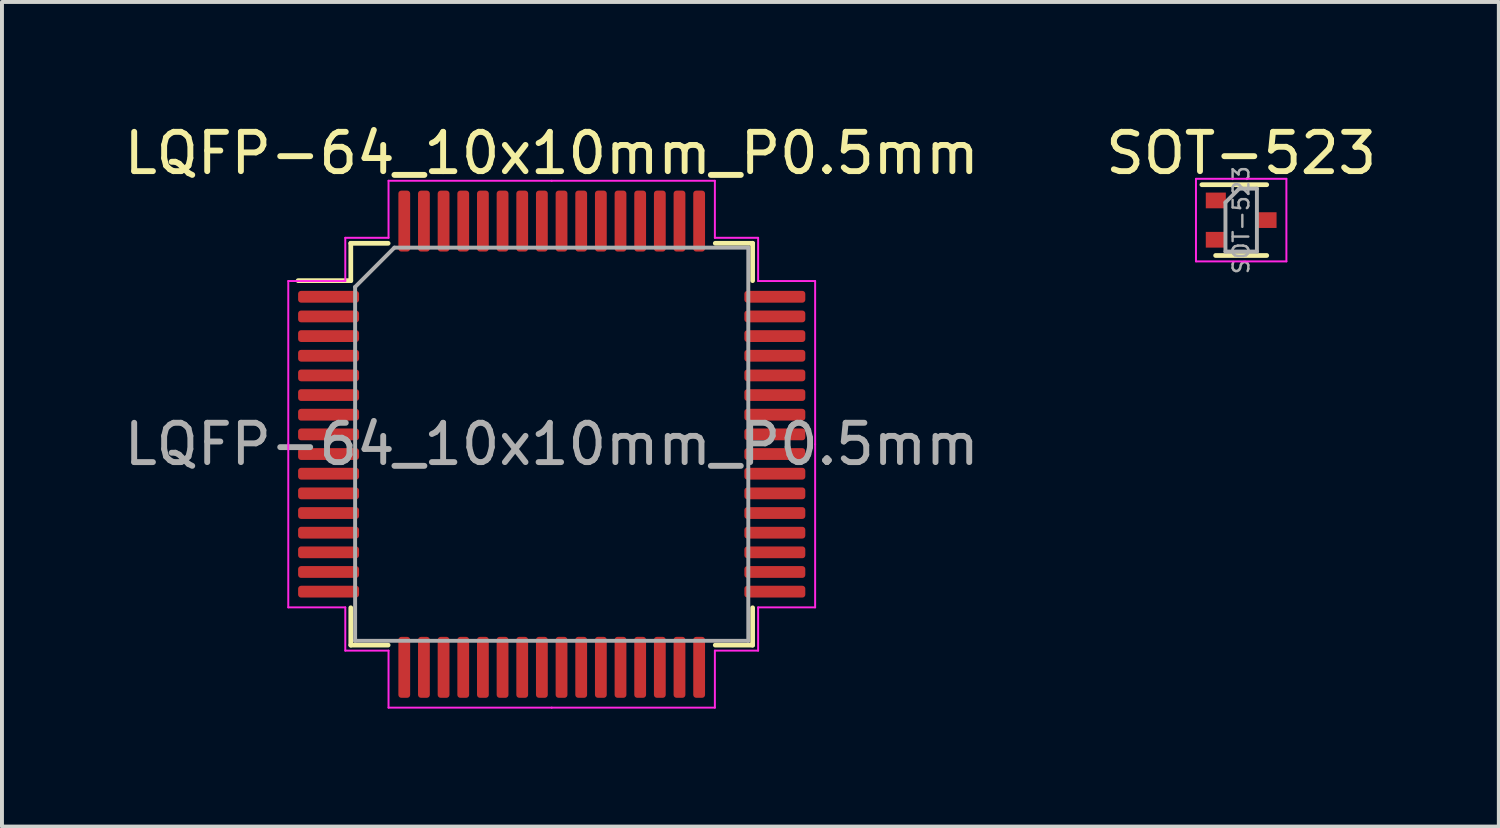
<source format=kicad_pcb>
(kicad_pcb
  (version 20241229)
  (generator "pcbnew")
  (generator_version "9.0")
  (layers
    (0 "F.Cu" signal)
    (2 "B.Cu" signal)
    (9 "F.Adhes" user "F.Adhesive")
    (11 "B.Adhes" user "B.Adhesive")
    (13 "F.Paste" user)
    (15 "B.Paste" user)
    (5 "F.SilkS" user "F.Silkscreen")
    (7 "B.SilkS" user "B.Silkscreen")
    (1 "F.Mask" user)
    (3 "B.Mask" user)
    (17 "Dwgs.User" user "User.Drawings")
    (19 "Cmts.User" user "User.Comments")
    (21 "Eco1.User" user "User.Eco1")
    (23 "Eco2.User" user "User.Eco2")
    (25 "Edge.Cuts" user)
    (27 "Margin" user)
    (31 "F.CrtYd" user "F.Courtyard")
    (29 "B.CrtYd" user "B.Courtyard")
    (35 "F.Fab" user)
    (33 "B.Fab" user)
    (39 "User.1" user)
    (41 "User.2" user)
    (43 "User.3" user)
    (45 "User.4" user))
  (footprint "SOT-523"
    (layer "F.Cu")
    (at 28.518 2.548)
    (property "Reference" "SOT-523" (at 0 -1.7 180) (layer "F.SilkS") (effects (font (size 1 1) (thickness 0.15))))
    (attr smd)
    (fp_line (start -1 -0.9) (end 0.65 -0.9) (stroke (width 0.12) (type solid)) (layer "F.SilkS"))
    (fp_line (start 0.65 0.9) (end -0.65 0.9) (stroke (width 0.12) (type solid)) (layer "F.SilkS"))
    (fp_line (start -1.15 -1.05) (end -1.15 1.05) (stroke (width 0.05) (type solid)) (layer "F.CrtYd"))
    (fp_line (start -1.15 -1.05) (end 1.15 -1.05) (stroke (width 0.05) (type solid)) (layer "F.CrtYd"))
    (fp_line (start 1.15 1.05) (end -1.15 1.05) (stroke (width 0.05) (type solid)) (layer "F.CrtYd"))
    (fp_line (start 1.15 1.05) (end 1.15 -1.05) (stroke (width 0.05) (type solid)) (layer "F.CrtYd"))
    (fp_line (start -0.4 -0.45) (end -0.4 0.8) (stroke (width 0.1) (type solid)) (layer "F.Fab"))
    (fp_line (start -0.4 -0.45) (end -0.05 -0.8) (stroke (width 0.1) (type solid)) (layer "F.Fab"))
    (fp_line (start -0.4 0.8) (end 0.4 0.8) (stroke (width 0.1) (type solid)) (layer "F.Fab"))
    (fp_line (start 0.4 -0.8) (end -0.05 -0.8) (stroke (width 0.1) (type solid)) (layer "F.Fab"))
    (fp_line (start 0.4 0.8) (end 0.4 -0.8) (stroke (width 0.1) (type solid)) (layer "F.Fab"))
    (fp_text user "${REFERENCE}" (at 0 0 90) (layer "F.Fab") (effects (font (size 0.4 0.4) (thickness 0.062))))
    (pad "1" smd rect (at -0.645 -0.5 180) (size 0.51 0.4) (layers "F.Cu" "F.Mask" "F.Paste"))
    (pad "2" smd rect (at -0.645 0.5 180) (size 0.51 0.4) (layers "F.Cu" "F.Mask" "F.Paste"))
    (pad "3" smd rect (at 0.645 0 180) (size 0.51 0.4) (layers "F.Cu" "F.Mask" "F.Paste")))
  (footprint "LQFP-64_10x10mm_P0.5mm"
    (layer "F.Cu")
    (at 10.982 8.248)
    (property "Reference" "LQFP-64_10x10mm_P0.5mm" (at 0 -7.4 180) (layer "F.SilkS") (effects (font (size 1 1) (thickness 0.15))))
    (attr smd)
    (fp_line (start -5.11 -5.11) (end -5.11 -4.16) (stroke (width 0.12) (type solid)) (layer "F.SilkS"))
    (fp_line (start -5.11 -4.16) (end -6.45 -4.16) (stroke (width 0.12) (type solid)) (layer "F.SilkS"))
    (fp_line (start -5.11 5.11) (end -5.11 4.16) (stroke (width 0.12) (type solid)) (layer "F.SilkS"))
    (fp_line (start -4.16 -5.11) (end -5.11 -5.11) (stroke (width 0.12) (type solid)) (layer "F.SilkS"))
    (fp_line (start -4.16 5.11) (end -5.11 5.11) (stroke (width 0.12) (type solid)) (layer "F.SilkS"))
    (fp_line (start 4.16 -5.11) (end 5.11 -5.11) (stroke (width 0.12) (type solid)) (layer "F.SilkS"))
    (fp_line (start 4.16 5.11) (end 5.11 5.11) (stroke (width 0.12) (type solid)) (layer "F.SilkS"))
    (fp_line (start 5.11 -5.11) (end 5.11 -4.16) (stroke (width 0.12) (type solid)) (layer "F.SilkS"))
    (fp_line (start 5.11 5.11) (end 5.11 4.16) (stroke (width 0.12) (type solid)) (layer "F.SilkS"))
    (fp_line (start -6.7 -4.15) (end -6.7 0) (stroke (width 0.05) (type solid)) (layer "F.CrtYd"))
    (fp_line (start -6.7 4.15) (end -6.7 0) (stroke (width 0.05) (type solid)) (layer "F.CrtYd"))
    (fp_line (start -5.25 -5.25) (end -5.25 -4.15) (stroke (width 0.05) (type solid)) (layer "F.CrtYd"))
    (fp_line (start -5.25 -4.15) (end -6.7 -4.15) (stroke (width 0.05) (type solid)) (layer "F.CrtYd"))
    (fp_line (start -5.25 4.15) (end -6.7 4.15) (stroke (width 0.05) (type solid)) (layer "F.CrtYd"))
    (fp_line (start -5.25 5.25) (end -5.25 4.15) (stroke (width 0.05) (type solid)) (layer "F.CrtYd"))
    (fp_line (start -4.15 -6.7) (end -4.15 -5.25) (stroke (width 0.05) (type solid)) (layer "F.CrtYd"))
    (fp_line (start -4.15 -5.25) (end -5.25 -5.25) (stroke (width 0.05) (type solid)) (layer "F.CrtYd"))
    (fp_line (start -4.15 5.25) (end -5.25 5.25) (stroke (width 0.05) (type solid)) (layer "F.CrtYd"))
    (fp_line (start -4.15 6.7) (end -4.15 5.25) (stroke (width 0.05) (type solid)) (layer "F.CrtYd"))
    (fp_line (start 0 -6.7) (end -4.15 -6.7) (stroke (width 0.05) (type solid)) (layer "F.CrtYd"))
    (fp_line (start 0 -6.7) (end 4.15 -6.7) (stroke (width 0.05) (type solid)) (layer "F.CrtYd"))
    (fp_line (start 0 6.7) (end -4.15 6.7) (stroke (width 0.05) (type solid)) (layer "F.CrtYd"))
    (fp_line (start 0 6.7) (end 4.15 6.7) (stroke (width 0.05) (type solid)) (layer "F.CrtYd"))
    (fp_line (start 4.15 -6.7) (end 4.15 -5.25) (stroke (width 0.05) (type solid)) (layer "F.CrtYd"))
    (fp_line (start 4.15 -5.25) (end 5.25 -5.25) (stroke (width 0.05) (type solid)) (layer "F.CrtYd"))
    (fp_line (start 4.15 5.25) (end 5.25 5.25) (stroke (width 0.05) (type solid)) (layer "F.CrtYd"))
    (fp_line (start 4.15 6.7) (end 4.15 5.25) (stroke (width 0.05) (type solid)) (layer "F.CrtYd"))
    (fp_line (start 5.25 -5.25) (end 5.25 -4.15) (stroke (width 0.05) (type solid)) (layer "F.CrtYd"))
    (fp_line (start 5.25 -4.15) (end 6.7 -4.15) (stroke (width 0.05) (type solid)) (layer "F.CrtYd"))
    (fp_line (start 5.25 4.15) (end 6.7 4.15) (stroke (width 0.05) (type solid)) (layer "F.CrtYd"))
    (fp_line (start 5.25 5.25) (end 5.25 4.15) (stroke (width 0.05) (type solid)) (layer "F.CrtYd"))
    (fp_line (start 6.7 -4.15) (end 6.7 0) (stroke (width 0.05) (type solid)) (layer "F.CrtYd"))
    (fp_line (start 6.7 4.15) (end 6.7 0) (stroke (width 0.05) (type solid)) (layer "F.CrtYd"))
    (fp_line (start -5 -4) (end -4 -5) (stroke (width 0.1) (type solid)) (layer "F.Fab"))
    (fp_line (start -5 5) (end -5 -4) (stroke (width 0.1) (type solid)) (layer "F.Fab"))
    (fp_line (start -4 -5) (end 5 -5) (stroke (width 0.1) (type solid)) (layer "F.Fab"))
    (fp_line (start 5 -5) (end 5 5) (stroke (width 0.1) (type solid)) (layer "F.Fab"))
    (fp_line (start 5 5) (end -5 5) (stroke (width 0.1) (type solid)) (layer "F.Fab"))
    (fp_text user "${REFERENCE}" (at 0 0 180) (layer "F.Fab") (effects (font (size 1 1) (thickness 0.15))))
    (pad "1" smd roundrect (at -5.675 -3.75) (size 1.55 0.3) (layers "F.Cu" "F.Mask" "F.Paste") (roundrect_rratio 0.25))
    (pad "2" smd roundrect (at -5.675 -3.25) (size 1.55 0.3) (layers "F.Cu" "F.Mask" "F.Paste") (roundrect_rratio 0.25))
    (pad "3" smd roundrect (at -5.675 -2.75) (size 1.55 0.3) (layers "F.Cu" "F.Mask" "F.Paste") (roundrect_rratio 0.25))
    (pad "4" smd roundrect (at -5.675 -2.25) (size 1.55 0.3) (layers "F.Cu" "F.Mask" "F.Paste") (roundrect_rratio 0.25))
    (pad "5" smd roundrect (at -5.675 -1.75) (size 1.55 0.3) (layers "F.Cu" "F.Mask" "F.Paste") (roundrect_rratio 0.25))
    (pad "6" smd roundrect (at -5.675 -1.25) (size 1.55 0.3) (layers "F.Cu" "F.Mask" "F.Paste") (roundrect_rratio 0.25))
    (pad "7" smd roundrect (at -5.675 -0.75) (size 1.55 0.3) (layers "F.Cu" "F.Mask" "F.Paste") (roundrect_rratio 0.25))
    (pad "8" smd roundrect (at -5.675 -0.25) (size 1.55 0.3) (layers "F.Cu" "F.Mask" "F.Paste") (roundrect_rratio 0.25))
    (pad "9" smd roundrect (at -5.675 0.25) (size 1.55 0.3) (layers "F.Cu" "F.Mask" "F.Paste") (roundrect_rratio 0.25))
    (pad "10" smd roundrect (at -5.675 0.75) (size 1.55 0.3) (layers "F.Cu" "F.Mask" "F.Paste") (roundrect_rratio 0.25))
    (pad "11" smd roundrect (at -5.675 1.25) (size 1.55 0.3) (layers "F.Cu" "F.Mask" "F.Paste") (roundrect_rratio 0.25))
    (pad "12" smd roundrect (at -5.675 1.75) (size 1.55 0.3) (layers "F.Cu" "F.Mask" "F.Paste") (roundrect_rratio 0.25))
    (pad "13" smd roundrect (at -5.675 2.25) (size 1.55 0.3) (layers "F.Cu" "F.Mask" "F.Paste") (roundrect_rratio 0.25))
    (pad "14" smd roundrect (at -5.675 2.75) (size 1.55 0.3) (layers "F.Cu" "F.Mask" "F.Paste") (roundrect_rratio 0.25))
    (pad "15" smd roundrect (at -5.675 3.25) (size 1.55 0.3) (layers "F.Cu" "F.Mask" "F.Paste") (roundrect_rratio 0.25))
    (pad "16" smd roundrect (at -5.675 3.75) (size 1.55 0.3) (layers "F.Cu" "F.Mask" "F.Paste") (roundrect_rratio 0.25))
    (pad "17" smd roundrect (at -3.75 5.675) (size 0.3 1.55) (layers "F.Cu" "F.Mask" "F.Paste") (roundrect_rratio 0.25))
    (pad "18" smd roundrect (at -3.25 5.675) (size 0.3 1.55) (layers "F.Cu" "F.Mask" "F.Paste") (roundrect_rratio 0.25))
    (pad "19" smd roundrect (at -2.75 5.675) (size 0.3 1.55) (layers "F.Cu" "F.Mask" "F.Paste") (roundrect_rratio 0.25))
    (pad "20" smd roundrect (at -2.25 5.675) (size 0.3 1.55) (layers "F.Cu" "F.Mask" "F.Paste") (roundrect_rratio 0.25))
    (pad "21" smd roundrect (at -1.75 5.675) (size 0.3 1.55) (layers "F.Cu" "F.Mask" "F.Paste") (roundrect_rratio 0.25))
    (pad "22" smd roundrect (at -1.25 5.675) (size 0.3 1.55) (layers "F.Cu" "F.Mask" "F.Paste") (roundrect_rratio 0.25))
    (pad "23" smd roundrect (at -0.75 5.675) (size 0.3 1.55) (layers "F.Cu" "F.Mask" "F.Paste") (roundrect_rratio 0.25))
    (pad "24" smd roundrect (at -0.25 5.675) (size 0.3 1.55) (layers "F.Cu" "F.Mask" "F.Paste") (roundrect_rratio 0.25))
    (pad "25" smd roundrect (at 0.25 5.675) (size 0.3 1.55) (layers "F.Cu" "F.Mask" "F.Paste") (roundrect_rratio 0.25))
    (pad "26" smd roundrect (at 0.75 5.675) (size 0.3 1.55) (layers "F.Cu" "F.Mask" "F.Paste") (roundrect_rratio 0.25))
    (pad "27" smd roundrect (at 1.25 5.675) (size 0.3 1.55) (layers "F.Cu" "F.Mask" "F.Paste") (roundrect_rratio 0.25))
    (pad "28" smd roundrect (at 1.75 5.675) (size 0.3 1.55) (layers "F.Cu" "F.Mask" "F.Paste") (roundrect_rratio 0.25))
    (pad "29" smd roundrect (at 2.25 5.675) (size 0.3 1.55) (layers "F.Cu" "F.Mask" "F.Paste") (roundrect_rratio 0.25))
    (pad "30" smd roundrect (at 2.75 5.675) (size 0.3 1.55) (layers "F.Cu" "F.Mask" "F.Paste") (roundrect_rratio 0.25))
    (pad "31" smd roundrect (at 3.25 5.675) (size 0.3 1.55) (layers "F.Cu" "F.Mask" "F.Paste") (roundrect_rratio 0.25))
    (pad "32" smd roundrect (at 3.75 5.675) (size 0.3 1.55) (layers "F.Cu" "F.Mask" "F.Paste") (roundrect_rratio 0.25))
    (pad "33" smd roundrect (at 5.675 3.75) (size 1.55 0.3) (layers "F.Cu" "F.Mask" "F.Paste") (roundrect_rratio 0.25))
    (pad "34" smd roundrect (at 5.675 3.25) (size 1.55 0.3) (layers "F.Cu" "F.Mask" "F.Paste") (roundrect_rratio 0.25))
    (pad "35" smd roundrect (at 5.675 2.75) (size 1.55 0.3) (layers "F.Cu" "F.Mask" "F.Paste") (roundrect_rratio 0.25))
    (pad "36" smd roundrect (at 5.675 2.25) (size 1.55 0.3) (layers "F.Cu" "F.Mask" "F.Paste") (roundrect_rratio 0.25))
    (pad "37" smd roundrect (at 5.675 1.75) (size 1.55 0.3) (layers "F.Cu" "F.Mask" "F.Paste") (roundrect_rratio 0.25))
    (pad "38" smd roundrect (at 5.675 1.25) (size 1.55 0.3) (layers "F.Cu" "F.Mask" "F.Paste") (roundrect_rratio 0.25))
    (pad "39" smd roundrect (at 5.675 0.75) (size 1.55 0.3) (layers "F.Cu" "F.Mask" "F.Paste") (roundrect_rratio 0.25))
    (pad "40" smd roundrect (at 5.675 0.25) (size 1.55 0.3) (layers "F.Cu" "F.Mask" "F.Paste") (roundrect_rratio 0.25))
    (pad "41" smd roundrect (at 5.675 -0.25) (size 1.55 0.3) (layers "F.Cu" "F.Mask" "F.Paste") (roundrect_rratio 0.25))
    (pad "42" smd roundrect (at 5.675 -0.75) (size 1.55 0.3) (layers "F.Cu" "F.Mask" "F.Paste") (roundrect_rratio 0.25))
    (pad "43" smd roundrect (at 5.675 -1.25) (size 1.55 0.3) (layers "F.Cu" "F.Mask" "F.Paste") (roundrect_rratio 0.25))
    (pad "44" smd roundrect (at 5.675 -1.75) (size 1.55 0.3) (layers "F.Cu" "F.Mask" "F.Paste") (roundrect_rratio 0.25))
    (pad "45" smd roundrect (at 5.675 -2.25) (size 1.55 0.3) (layers "F.Cu" "F.Mask" "F.Paste") (roundrect_rratio 0.25))
    (pad "46" smd roundrect (at 5.675 -2.75) (size 1.55 0.3) (layers "F.Cu" "F.Mask" "F.Paste") (roundrect_rratio 0.25))
    (pad "47" smd roundrect (at 5.675 -3.25) (size 1.55 0.3) (layers "F.Cu" "F.Mask" "F.Paste") (roundrect_rratio 0.25))
    (pad "48" smd roundrect (at 5.675 -3.75) (size 1.55 0.3) (layers "F.Cu" "F.Mask" "F.Paste") (roundrect_rratio 0.25))
    (pad "49" smd roundrect (at 3.75 -5.675) (size 0.3 1.55) (layers "F.Cu" "F.Mask" "F.Paste") (roundrect_rratio 0.25))
    (pad "50" smd roundrect (at 3.25 -5.675) (size 0.3 1.55) (layers "F.Cu" "F.Mask" "F.Paste") (roundrect_rratio 0.25))
    (pad "51" smd roundrect (at 2.75 -5.675) (size 0.3 1.55) (layers "F.Cu" "F.Mask" "F.Paste") (roundrect_rratio 0.25))
    (pad "52" smd roundrect (at 2.25 -5.675) (size 0.3 1.55) (layers "F.Cu" "F.Mask" "F.Paste") (roundrect_rratio 0.25))
    (pad "53" smd roundrect (at 1.75 -5.675) (size 0.3 1.55) (layers "F.Cu" "F.Mask" "F.Paste") (roundrect_rratio 0.25))
    (pad "54" smd roundrect (at 1.25 -5.675) (size 0.3 1.55) (layers "F.Cu" "F.Mask" "F.Paste") (roundrect_rratio 0.25))
    (pad "55" smd roundrect (at 0.75 -5.675) (size 0.3 1.55) (layers "F.Cu" "F.Mask" "F.Paste") (roundrect_rratio 0.25))
    (pad "56" smd roundrect (at 0.25 -5.675) (size 0.3 1.55) (layers "F.Cu" "F.Mask" "F.Paste") (roundrect_rratio 0.25))
    (pad "57" smd roundrect (at -0.25 -5.675) (size 0.3 1.55) (layers "F.Cu" "F.Mask" "F.Paste") (roundrect_rratio 0.25))
    (pad "58" smd roundrect (at -0.75 -5.675) (size 0.3 1.55) (layers "F.Cu" "F.Mask" "F.Paste") (roundrect_rratio 0.25))
    (pad "59" smd roundrect (at -1.25 -5.675) (size 0.3 1.55) (layers "F.Cu" "F.Mask" "F.Paste") (roundrect_rratio 0.25))
    (pad "60" smd roundrect (at -1.75 -5.675) (size 0.3 1.55) (layers "F.Cu" "F.Mask" "F.Paste") (roundrect_rratio 0.25))
    (pad "61" smd roundrect (at -2.25 -5.675) (size 0.3 1.55) (layers "F.Cu" "F.Mask" "F.Paste") (roundrect_rratio 0.25))
    (pad "62" smd roundrect (at -2.75 -5.675) (size 0.3 1.55) (layers "F.Cu" "F.Mask" "F.Paste") (roundrect_rratio 0.25))
    (pad "63" smd roundrect (at -3.25 -5.675) (size 0.3 1.55) (layers "F.Cu" "F.Mask" "F.Paste") (roundrect_rratio 0.25))
    (pad "64" smd roundrect (at -3.75 -5.675) (size 0.3 1.55) (layers "F.Cu" "F.Mask" "F.Paste") (roundrect_rratio 0.25)))
  (gr_rect
    (start -3 -3)
    (end 35.071 17.973)
    (stroke (width 0.1) (type default))
    (fill no)
    (layer "Edge.Cuts")))
</source>
